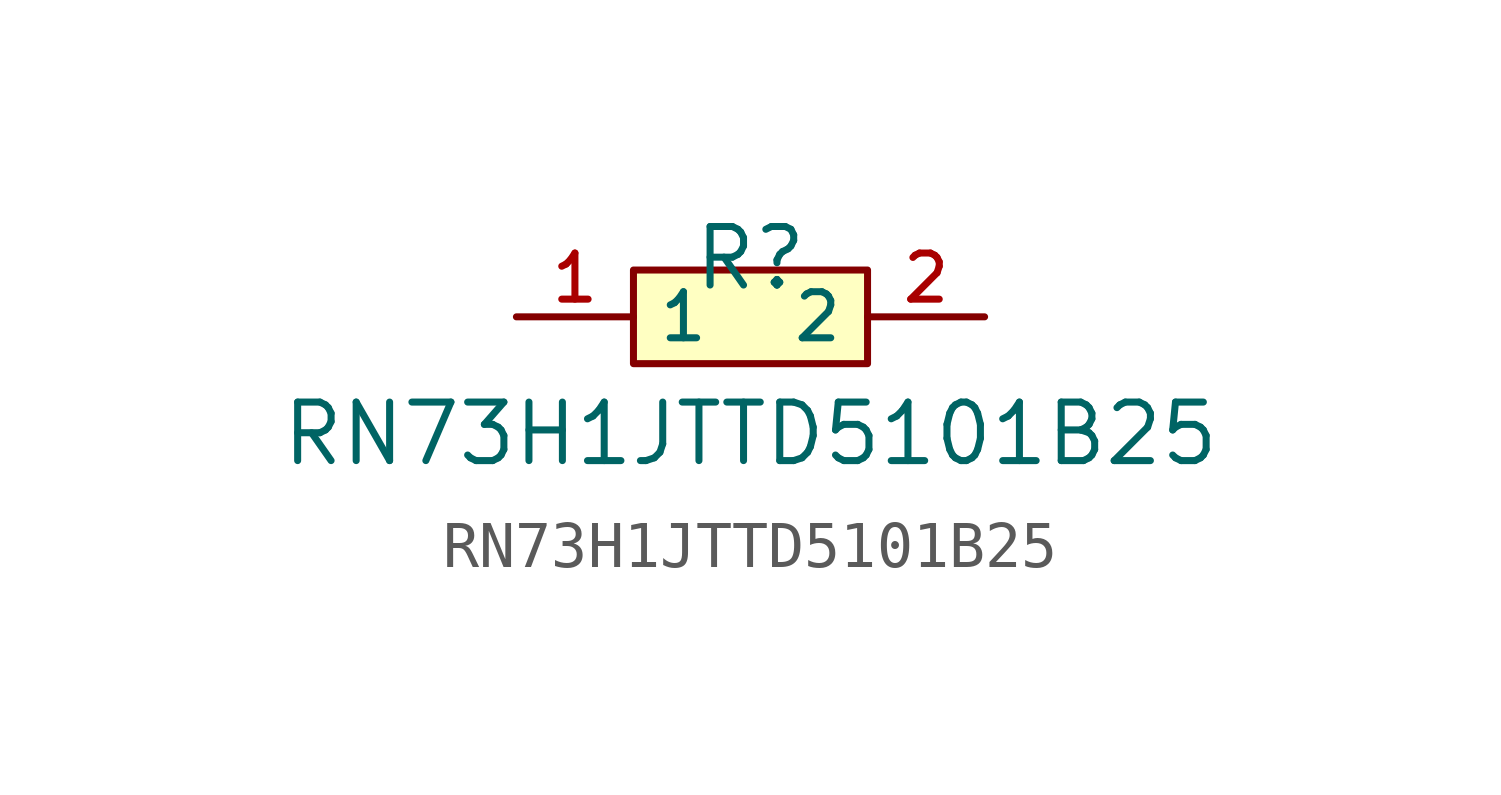
<source format=kicad_sym>
(kicad_symbol_lib
  (version 20210201)
  (generator TousstNicolas/JLC2KiCad_lib)
  (symbol "RN73H1JTTD5101B25"
    (property "Reference" "R"
      (at 0 1.27 0)
      (effects (font (size 1.27 1.27))))
    (property "Value" "RN73H1JTTD5101B25"
      (at 0 -2.54 0)
      (effects (font (size 1.27 1.27))))
    (symbol "RN73H1JTTD5101B25_0_1"
      (rectangle (start -2.54 1.016) (end 2.54 -1.016) (stroke (width 0) (type default) (color 0 0 0 0)) (fill (type background)))
      (pin unspecified line (at 5.08 -0.0 180) (length 2.54) (name "2" (effects (font (size 1 1)))) (number "2" (effects (font (size 1 1)))))
      (pin unspecified line (at -5.08 -0.0 0) (length 2.54) (name "1" (effects (font (size 1 1)))) (number "1" (effects (font (size 1 1))))))))
</source>
